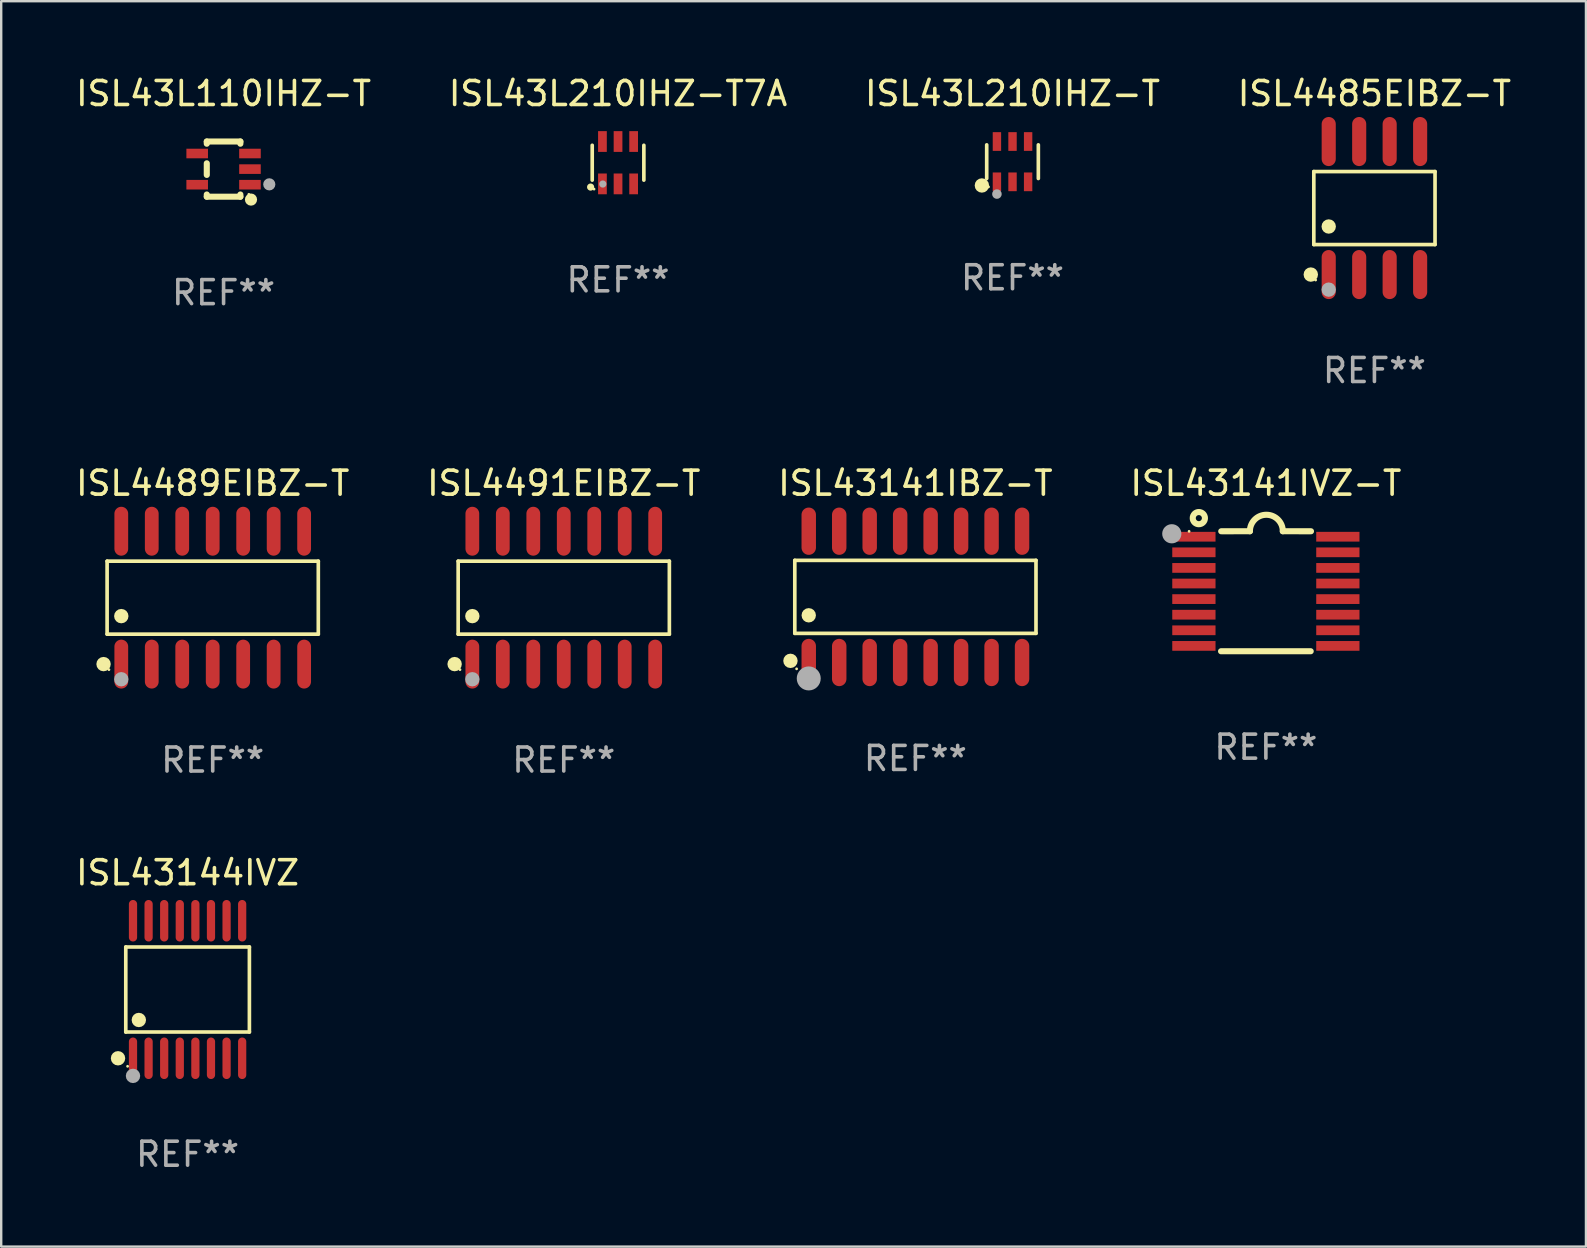
<source format=kicad_pcb>
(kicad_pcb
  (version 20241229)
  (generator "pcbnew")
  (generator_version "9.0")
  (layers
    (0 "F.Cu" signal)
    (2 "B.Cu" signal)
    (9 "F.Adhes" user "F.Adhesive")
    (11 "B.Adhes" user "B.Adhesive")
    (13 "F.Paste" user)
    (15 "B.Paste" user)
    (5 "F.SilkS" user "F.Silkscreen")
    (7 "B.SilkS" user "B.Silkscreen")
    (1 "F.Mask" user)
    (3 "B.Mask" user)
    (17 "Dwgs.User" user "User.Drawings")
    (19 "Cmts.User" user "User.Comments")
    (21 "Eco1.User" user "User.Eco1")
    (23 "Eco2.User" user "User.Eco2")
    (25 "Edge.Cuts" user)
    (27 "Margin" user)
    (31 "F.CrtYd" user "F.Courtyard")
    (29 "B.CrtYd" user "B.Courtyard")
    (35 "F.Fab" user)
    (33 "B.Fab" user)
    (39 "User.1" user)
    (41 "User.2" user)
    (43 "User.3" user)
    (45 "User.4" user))
  (footprint "ISL43144IVZ"
    (layer "F.Cu")
    (at 4.768 38.19)
    (property "Reference" "ISL43144IVZ" (at 0 -4.866 0) (layer "F.SilkS") (effects (font (size 1 1) (thickness 0.15))))
    (attr through_hole)
    (fp_line (start -2.576 -1.772) (end 2.576 -1.772) (stroke (width 0.152) (type solid)) (layer "F.SilkS"))
    (fp_line (start -2.576 1.771) (end -2.576 -1.772) (stroke (width 0.152) (type solid)) (layer "F.SilkS"))
    (fp_line (start 2.576 -1.772) (end 2.576 1.771) (stroke (width 0.152) (type solid)) (layer "F.SilkS"))
    (fp_line (start 2.576 1.771) (end -2.576 1.771) (stroke (width 0.152) (type solid)) (layer "F.SilkS"))
    (fp_circle (center -2.899 2.866) (end -2.749 2.866) (stroke (width 0.3) (type solid)) (fill no) (layer "F.SilkS"))
    (fp_circle (center -2.5 3.2) (end -2.47 3.2) (stroke (width 0.06) (type solid)) (fill no) (layer "F.SilkS"))
    (fp_circle (center -2.032 1.27) (end -1.882 1.27) (stroke (width 0.3) (type solid)) (fill no) (layer "F.SilkS"))
    (fp_circle (center -2.275 3.6) (end -2.125 3.6) (stroke (width 0.3) (type solid)) (fill no) (layer "F.Fab"))
    (fp_text user "REF**" (at 0 6.866 0) (layer "F.Fab") (effects (font (size 1 1) (thickness 0.15))))
    (pad "1" smd oval (at -2.275 2.866) (size 0.343 1.731) (layers "F.Cu" "F.Mask" "F.Paste"))
    (pad "2" smd oval (at -1.625 2.866) (size 0.343 1.731) (layers "F.Cu" "F.Mask" "F.Paste"))
    (pad "3" smd oval (at -0.975 2.866) (size 0.343 1.731) (layers "F.Cu" "F.Mask" "F.Paste"))
    (pad "4" smd oval (at -0.325 2.866) (size 0.343 1.731) (layers "F.Cu" "F.Mask" "F.Paste"))
    (pad "5" smd oval (at 0.325 2.866) (size 0.343 1.731) (layers "F.Cu" "F.Mask" "F.Paste"))
    (pad "6" smd oval (at 0.975 2.866) (size 0.343 1.731) (layers "F.Cu" "F.Mask" "F.Paste"))
    (pad "7" smd oval (at 1.625 2.866) (size 0.343 1.731) (layers "F.Cu" "F.Mask" "F.Paste"))
    (pad "8" smd oval (at 2.275 2.866) (size 0.343 1.731) (layers "F.Cu" "F.Mask" "F.Paste"))
    (pad "9" smd oval (at 2.275 -2.866) (size 0.343 1.731) (layers "F.Cu" "F.Mask" "F.Paste"))
    (pad "10" smd oval (at 1.625 -2.866) (size 0.343 1.731) (layers "F.Cu" "F.Mask" "F.Paste"))
    (pad "11" smd oval (at 0.975 -2.866) (size 0.343 1.731) (layers "F.Cu" "F.Mask" "F.Paste"))
    (pad "12" smd oval (at 0.325 -2.866) (size 0.343 1.731) (layers "F.Cu" "F.Mask" "F.Paste"))
    (pad "13" smd oval (at -0.325 -2.866) (size 0.343 1.731) (layers "F.Cu" "F.Mask" "F.Paste"))
    (pad "14" smd oval (at -0.975 -2.866) (size 0.343 1.731) (layers "F.Cu" "F.Mask" "F.Paste"))
    (pad "15" smd oval (at -1.625 -2.866) (size 0.343 1.731) (layers "F.Cu" "F.Mask" "F.Paste"))
    (pad "16" smd oval (at -2.275 -2.866) (size 0.343 1.731) (layers "F.Cu" "F.Mask" "F.Paste")))
  (footprint "ISL43L110IHZ-T"
    (layer "F.Cu")
    (at 6.268 3.998)
    (property "Reference" "ISL43L110IHZ-T" (at 0 -3.15 0) (layer "F.SilkS") (effects (font (size 1 1) (thickness 0.15))))
    (attr through_hole)
    (fp_line (start -0.7 -1.15) (end 0.7 -1.15) (stroke (width 0.254) (type solid)) (layer "F.SilkS"))
    (fp_line (start -0.7 -1.058) (end -0.7 -1.15) (stroke (width 0.254) (type solid)) (layer "F.SilkS"))
    (fp_line (start -0.7 0.242) (end -0.7 -0.242) (stroke (width 0.254) (type solid)) (layer "F.SilkS"))
    (fp_line (start -0.7 1.15) (end -0.7 1.058) (stroke (width 0.254) (type solid)) (layer "F.SilkS"))
    (fp_line (start -0.7 1.15) (end 0.7 1.15) (stroke (width 0.254) (type solid)) (layer "F.SilkS"))
    (fp_line (start 0.7 -1.058) (end 0.7 -1.15) (stroke (width 0.254) (type solid)) (layer "F.SilkS"))
    (fp_line (start 0.7 1.15) (end 0.7 1.058) (stroke (width 0.254) (type solid)) (layer "F.SilkS"))
    (fp_circle (center 1.053 1.052) (end 1.083 1.052) (stroke (width 0.06) (type solid)) (fill no) (layer "F.SilkS"))
    (fp_circle (center 1.143 1.27) (end 1.27 1.27) (stroke (width 0.254) (type solid)) (fill no) (layer "F.SilkS"))
    (fp_circle (center 1.905 0.635) (end 2.032 0.635) (stroke (width 0.254) (type solid)) (fill no) (layer "F.Fab"))
    (fp_text user "REF**" (at 0 5.15 0) (layer "F.Fab") (effects (font (size 1 1) (thickness 0.15))))
    (pad "1" smd rect (at 1.1 0.65 90) (size 0.4 0.9) (layers "F.Cu" "F.Mask" "F.Paste"))
    (pad "2" smd rect (at 1.1 0.000076 90) (size 0.4 0.9) (layers "F.Cu" "F.Mask" "F.Paste"))
    (pad "3" smd rect (at 1.1 -0.65 90) (size 0.4 0.9) (layers "F.Cu" "F.Mask" "F.Paste"))
    (pad "4" smd rect (at -1.1 -0.65 90) (size 0.4 0.9) (layers "F.Cu" "F.Mask" "F.Paste"))
    (pad "5" smd rect (at -1.1 0.65 90) (size 0.4 0.9) (layers "F.Cu" "F.Mask" "F.Paste")))
  (footprint "ISL4489EIBZ-T"
    (layer "F.Cu")
    (at 5.815 21.859)
    (property "Reference" "ISL4489EIBZ-T" (at 0 -4.769 0) (layer "F.SilkS") (effects (font (size 1 1) (thickness 0.15))))
    (attr through_hole)
    (fp_line (start -4.401 -1.521) (end 4.401 -1.521) (stroke (width 0.152) (type solid)) (layer "F.SilkS"))
    (fp_line (start -4.401 1.521) (end -4.401 -1.521) (stroke (width 0.152) (type solid)) (layer "F.SilkS"))
    (fp_line (start 4.401 -1.521) (end 4.401 1.521) (stroke (width 0.152) (type solid)) (layer "F.SilkS"))
    (fp_line (start 4.401 1.521) (end -4.401 1.521) (stroke (width 0.152) (type solid)) (layer "F.SilkS"))
    (fp_circle (center -4.549 2.769) (end -4.399 2.769) (stroke (width 0.3) (type solid)) (fill no) (layer "F.SilkS"))
    (fp_circle (center -4.325 3) (end -4.295 3) (stroke (width 0.06) (type solid)) (fill no) (layer "F.SilkS"))
    (fp_circle (center -3.81 0.769) (end -3.66 0.769) (stroke (width 0.3) (type solid)) (fill no) (layer "F.SilkS"))
    (fp_circle (center -3.81 3.4) (end -3.66 3.4) (stroke (width 0.3) (type solid)) (fill no) (layer "F.Fab"))
    (fp_text user "REF**" (at 0 6.769 0) (layer "F.Fab") (effects (font (size 1 1) (thickness 0.15))))
    (pad "1" smd oval (at -3.81 2.769) (size 0.574 2.038) (layers "F.Cu" "F.Mask" "F.Paste"))
    (pad "2" smd oval (at -2.54 2.769) (size 0.574 2.038) (layers "F.Cu" "F.Mask" "F.Paste"))
    (pad "3" smd oval (at -1.27 2.769) (size 0.574 2.038) (layers "F.Cu" "F.Mask" "F.Paste"))
    (pad "4" smd oval (at 0 2.769) (size 0.574 2.038) (layers "F.Cu" "F.Mask" "F.Paste"))
    (pad "5" smd oval (at 1.27 2.769) (size 0.574 2.038) (layers "F.Cu" "F.Mask" "F.Paste"))
    (pad "6" smd oval (at 2.54 2.769) (size 0.574 2.038) (layers "F.Cu" "F.Mask" "F.Paste"))
    (pad "7" smd oval (at 3.81 2.769) (size 0.574 2.038) (layers "F.Cu" "F.Mask" "F.Paste"))
    (pad "8" smd oval (at 3.81 -2.769) (size 0.574 2.038) (layers "F.Cu" "F.Mask" "F.Paste"))
    (pad "9" smd oval (at 2.54 -2.769) (size 0.574 2.038) (layers "F.Cu" "F.Mask" "F.Paste"))
    (pad "10" smd oval (at 1.27 -2.769) (size 0.574 2.038) (layers "F.Cu" "F.Mask" "F.Paste"))
    (pad "11" smd oval (at 0 -2.769) (size 0.574 2.038) (layers "F.Cu" "F.Mask" "F.Paste"))
    (pad "12" smd oval (at -1.27 -2.769) (size 0.574 2.038) (layers "F.Cu" "F.Mask" "F.Paste"))
    (pad "13" smd oval (at -2.54 -2.769) (size 0.574 2.038) (layers "F.Cu" "F.Mask" "F.Paste"))
    (pad "14" smd oval (at -3.81 -2.769) (size 0.574 2.038) (layers "F.Cu" "F.Mask" "F.Paste")))
  (footprint "ISL43141IVZ-T"
    (layer "F.Cu")
    (at 49.708 21.591)
    (property "Reference" "ISL43141IVZ-T" (at 0 -4.501 0) (layer "F.SilkS") (effects (font (size 1 1) (thickness 0.15))))
    (attr through_hole)
    (fp_line (start -1.868 2.501) (end 1.868 2.501) (stroke (width 0.254) (type solid)) (layer "F.SilkS"))
    (fp_line (start -1.86 -2.499) (end -0.666 -2.501) (stroke (width 0.254) (type solid)) (layer "F.SilkS"))
    (fp_line (start 0.706 -2.501) (end 1.88 -2.499) (stroke (width 0.254) (type solid)) (layer "F.SilkS"))
    (fp_arc (start -0.665914 -2.501448) (mid 0.019888 -3.18725) (end 0.70569 -2.501448) (stroke (width 0.254001) (type solid)) (layer "F.SilkS"))
    (fp_circle (center -3.2 -2.497) (end -3.17 -2.497) (stroke (width 0.06) (type solid)) (fill no) (layer "F.SilkS"))
    (fp_circle (center -2.794 -3.047) (end -2.54 -3.047) (stroke (width 0.254) (type solid)) (fill no) (layer "F.SilkS"))
    (fp_circle (center -3.921 -2.395) (end -3.721 -2.395) (stroke (width 0.4) (type solid)) (fill no) (layer "F.Fab"))
    (fp_text user "REF**" (at 0 6.501 0) (layer "F.Fab") (effects (font (size 1 1) (thickness 0.15))))
    (pad "1" smd rect (at -3 -2.272) (size 1.803 0.406) (layers "F.Cu" "F.Mask" "F.Paste"))
    (pad "2" smd rect (at -3 -1.622) (size 1.803 0.406) (layers "F.Cu" "F.Mask" "F.Paste"))
    (pad "3" smd rect (at -3 -0.972) (size 1.803 0.406) (layers "F.Cu" "F.Mask" "F.Paste"))
    (pad "4" smd rect (at -3 -0.322) (size 1.803 0.406) (layers "F.Cu" "F.Mask" "F.Paste"))
    (pad "5" smd rect (at -3 0.328) (size 1.803 0.406) (layers "F.Cu" "F.Mask" "F.Paste"))
    (pad "6" smd rect (at -3 0.978) (size 1.803 0.406) (layers "F.Cu" "F.Mask" "F.Paste"))
    (pad "7" smd rect (at -3 1.628) (size 1.803 0.406) (layers "F.Cu" "F.Mask" "F.Paste"))
    (pad "8" smd rect (at -3 2.278) (size 1.803 0.406) (layers "F.Cu" "F.Mask" "F.Paste"))
    (pad "9" smd rect (at 3 2.278) (size 1.803 0.406) (layers "F.Cu" "F.Mask" "F.Paste"))
    (pad "10" smd rect (at 3 1.628) (size 1.803 0.406) (layers "F.Cu" "F.Mask" "F.Paste"))
    (pad "11" smd rect (at 3 0.978) (size 1.803 0.406) (layers "F.Cu" "F.Mask" "F.Paste"))
    (pad "12" smd rect (at 3 0.328) (size 1.803 0.406) (layers "F.Cu" "F.Mask" "F.Paste"))
    (pad "13" smd rect (at 3 -0.322) (size 1.803 0.406) (layers "F.Cu" "F.Mask" "F.Paste"))
    (pad "14" smd rect (at 3 -0.972) (size 1.803 0.406) (layers "F.Cu" "F.Mask" "F.Paste"))
    (pad "15" smd rect (at 3 -1.622) (size 1.803 0.406) (layers "F.Cu" "F.Mask" "F.Paste"))
    (pad "16" smd rect (at 3 -2.272) (size 1.803 0.406) (layers "F.Cu" "F.Mask" "F.Paste")))
  (footprint "ISL43L210IHZ-T7A"
    (layer "F.Cu")
    (at 22.708 3.731)
    (property "Reference" "ISL43L210IHZ-T7A" (at 0 -2.883 0) (layer "F.SilkS") (effects (font (size 1 1) (thickness 0.15))))
    (attr through_hole)
    (fp_line (start -1.076 0.726) (end -1.076 -0.726) (stroke (width 0.152) (type solid)) (layer "F.SilkS"))
    (fp_line (start 1.076 0.726) (end 1.076 -0.726) (stroke (width 0.152) (type solid)) (layer "F.SilkS"))
    (fp_circle (center -1.143 1.016) (end -1.068 1.016) (stroke (width 0.15) (type solid)) (fill no) (layer "F.SilkS"))
    (fp_circle (center -1 1.1) (end -0.97 1.1) (stroke (width 0.06) (type solid)) (fill no) (layer "F.SilkS"))
    (fp_circle (center -0.635 0.889) (end -0.56 0.889) (stroke (width 0.15) (type solid)) (fill no) (layer "F.Fab"))
    (fp_text user "REF**" (at 0 4.883 0) (layer "F.Fab") (effects (font (size 1 1) (thickness 0.15))))
    (pad "1" smd rect (at -0.65 0.883) (size 0.364 0.866) (layers "F.Cu" "F.Mask" "F.Paste"))
    (pad "2" smd rect (at 0 0.883) (size 0.364 0.866) (layers "F.Cu" "F.Mask" "F.Paste"))
    (pad "3" smd rect (at 0.65 0.883) (size 0.364 0.866) (layers "F.Cu" "F.Mask" "F.Paste"))
    (pad "4" smd rect (at 0.65 -0.883) (size 0.364 0.866) (layers "F.Cu" "F.Mask" "F.Paste"))
    (pad "5" smd rect (at 0 -0.883) (size 0.364 0.866) (layers "F.Cu" "F.Mask" "F.Paste"))
    (pad "6" smd rect (at -0.65 -0.883) (size 0.364 0.866) (layers "F.Cu" "F.Mask" "F.Paste")))
  (footprint "ISL4491EIBZ-T"
    (layer "F.Cu")
    (at 20.446 21.859)
    (property "Reference" "ISL4491EIBZ-T" (at 0 -4.769 0) (layer "F.SilkS") (effects (font (size 1 1) (thickness 0.15))))
    (attr through_hole)
    (fp_line (start -4.401 -1.521) (end 4.401 -1.521) (stroke (width 0.152) (type solid)) (layer "F.SilkS"))
    (fp_line (start -4.401 1.521) (end -4.401 -1.521) (stroke (width 0.152) (type solid)) (layer "F.SilkS"))
    (fp_line (start 4.401 -1.521) (end 4.401 1.521) (stroke (width 0.152) (type solid)) (layer "F.SilkS"))
    (fp_line (start 4.401 1.521) (end -4.401 1.521) (stroke (width 0.152) (type solid)) (layer "F.SilkS"))
    (fp_circle (center -4.549 2.769) (end -4.399 2.769) (stroke (width 0.3) (type solid)) (fill no) (layer "F.SilkS"))
    (fp_circle (center -4.325 3) (end -4.295 3) (stroke (width 0.06) (type solid)) (fill no) (layer "F.SilkS"))
    (fp_circle (center -3.81 0.769) (end -3.66 0.769) (stroke (width 0.3) (type solid)) (fill no) (layer "F.SilkS"))
    (fp_circle (center -3.81 3.4) (end -3.66 3.4) (stroke (width 0.3) (type solid)) (fill no) (layer "F.Fab"))
    (fp_text user "REF**" (at 0 6.769 0) (layer "F.Fab") (effects (font (size 1 1) (thickness 0.15))))
    (pad "1" smd oval (at -3.81 2.769) (size 0.574 2.038) (layers "F.Cu" "F.Mask" "F.Paste"))
    (pad "2" smd oval (at -2.54 2.769) (size 0.574 2.038) (layers "F.Cu" "F.Mask" "F.Paste"))
    (pad "3" smd oval (at -1.27 2.769) (size 0.574 2.038) (layers "F.Cu" "F.Mask" "F.Paste"))
    (pad "4" smd oval (at 0 2.769) (size 0.574 2.038) (layers "F.Cu" "F.Mask" "F.Paste"))
    (pad "5" smd oval (at 1.27 2.769) (size 0.574 2.038) (layers "F.Cu" "F.Mask" "F.Paste"))
    (pad "6" smd oval (at 2.54 2.769) (size 0.574 2.038) (layers "F.Cu" "F.Mask" "F.Paste"))
    (pad "7" smd oval (at 3.81 2.769) (size 0.574 2.038) (layers "F.Cu" "F.Mask" "F.Paste"))
    (pad "8" smd oval (at 3.81 -2.769) (size 0.574 2.038) (layers "F.Cu" "F.Mask" "F.Paste"))
    (pad "9" smd oval (at 2.54 -2.769) (size 0.574 2.038) (layers "F.Cu" "F.Mask" "F.Paste"))
    (pad "10" smd oval (at 1.27 -2.769) (size 0.574 2.038) (layers "F.Cu" "F.Mask" "F.Paste"))
    (pad "11" smd oval (at 0 -2.769) (size 0.574 2.038) (layers "F.Cu" "F.Mask" "F.Paste"))
    (pad "12" smd oval (at -1.27 -2.769) (size 0.574 2.038) (layers "F.Cu" "F.Mask" "F.Paste"))
    (pad "13" smd oval (at -2.54 -2.769) (size 0.574 2.038) (layers "F.Cu" "F.Mask" "F.Paste"))
    (pad "14" smd oval (at -3.81 -2.769) (size 0.574 2.038) (layers "F.Cu" "F.Mask" "F.Paste")))
  (footprint "ISL43141IBZ-T"
    (layer "F.Cu")
    (at 35.101 21.825)
    (property "Reference" "ISL43141IBZ-T" (at 0 -4.736 0) (layer "F.SilkS") (effects (font (size 1 1) (thickness 0.15))))
    (attr through_hole)
    (fp_line (start -5.026 -1.521) (end 5.026 -1.521) (stroke (width 0.152) (type solid)) (layer "F.SilkS"))
    (fp_line (start -5.026 1.521) (end -5.026 -1.521) (stroke (width 0.152) (type solid)) (layer "F.SilkS"))
    (fp_line (start 5.026 -1.521) (end 5.026 1.521) (stroke (width 0.152) (type solid)) (layer "F.SilkS"))
    (fp_line (start 5.026 1.521) (end -5.026 1.521) (stroke (width 0.152) (type solid)) (layer "F.SilkS"))
    (fp_circle (center -5.207 2.667) (end -5.057 2.667) (stroke (width 0.3) (type solid)) (fill no) (layer "F.SilkS"))
    (fp_circle (center -4.95 3) (end -4.92 3) (stroke (width 0.06) (type solid)) (fill no) (layer "F.SilkS"))
    (fp_circle (center -4.445 0.769) (end -4.295 0.769) (stroke (width 0.3) (type solid)) (fill no) (layer "F.SilkS"))
    (fp_circle (center -4.445 3.4) (end -4.195 3.4) (stroke (width 0.5) (type solid)) (fill no) (layer "F.Fab"))
    (fp_text user "REF**" (at 0 6.736 0) (layer "F.Fab") (effects (font (size 1 1) (thickness 0.15))))
    (pad "1" smd oval (at -4.445 2.736) (size 0.602 1.971) (layers "F.Cu" "F.Mask" "F.Paste"))
    (pad "2" smd oval (at -3.175 2.736) (size 0.602 1.971) (layers "F.Cu" "F.Mask" "F.Paste"))
    (pad "3" smd oval (at -1.905 2.736) (size 0.602 1.971) (layers "F.Cu" "F.Mask" "F.Paste"))
    (pad "4" smd oval (at -0.635 2.736) (size 0.602 1.971) (layers "F.Cu" "F.Mask" "F.Paste"))
    (pad "5" smd oval (at 0.635 2.736) (size 0.602 1.971) (layers "F.Cu" "F.Mask" "F.Paste"))
    (pad "6" smd oval (at 1.905 2.736) (size 0.602 1.971) (layers "F.Cu" "F.Mask" "F.Paste"))
    (pad "7" smd oval (at 3.175 2.736) (size 0.602 1.971) (layers "F.Cu" "F.Mask" "F.Paste"))
    (pad "8" smd oval (at 4.445 2.736) (size 0.602 1.971) (layers "F.Cu" "F.Mask" "F.Paste"))
    (pad "9" smd oval (at 4.445 -2.736) (size 0.602 1.971) (layers "F.Cu" "F.Mask" "F.Paste"))
    (pad "10" smd oval (at 3.175 -2.736) (size 0.602 1.971) (layers "F.Cu" "F.Mask" "F.Paste"))
    (pad "11" smd oval (at 1.905 -2.736) (size 0.602 1.971) (layers "F.Cu" "F.Mask" "F.Paste"))
    (pad "12" smd oval (at 0.635 -2.736) (size 0.602 1.971) (layers "F.Cu" "F.Mask" "F.Paste"))
    (pad "13" smd oval (at -0.635 -2.736) (size 0.602 1.971) (layers "F.Cu" "F.Mask" "F.Paste"))
    (pad "14" smd oval (at -1.905 -2.736) (size 0.602 1.971) (layers "F.Cu" "F.Mask" "F.Paste"))
    (pad "15" smd oval (at -3.175 -2.736) (size 0.602 1.971) (layers "F.Cu" "F.Mask" "F.Paste"))
    (pad "16" smd oval (at -4.445 -2.736) (size 0.602 1.971) (layers "F.Cu" "F.Mask" "F.Paste")))
  (footprint "ISL4485EIBZ-T"
    (layer "F.Cu")
    (at 54.232 5.621)
    (property "Reference" "ISL4485EIBZ-T" (at 0 -4.772 0) (layer "F.SilkS") (effects (font (size 1 1) (thickness 0.15))))
    (attr through_hole)
    (fp_line (start -2.526 -1.521) (end 2.526 -1.521) (stroke (width 0.152) (type solid)) (layer "F.SilkS"))
    (fp_line (start -2.526 1.521) (end -2.526 -1.521) (stroke (width 0.152) (type solid)) (layer "F.SilkS"))
    (fp_line (start 2.526 -1.521) (end 2.526 1.521) (stroke (width 0.152) (type solid)) (layer "F.SilkS"))
    (fp_line (start 2.526 1.521) (end -2.526 1.521) (stroke (width 0.152) (type solid)) (layer "F.SilkS"))
    (fp_circle (center -2.652 2.772) (end -2.501 2.772) (stroke (width 0.3) (type solid)) (fill no) (layer "F.SilkS"))
    (fp_circle (center -2.45 3) (end -2.42 3) (stroke (width 0.06) (type solid)) (fill no) (layer "F.SilkS"))
    (fp_circle (center -1.905 0.769) (end -1.755 0.769) (stroke (width 0.3) (type solid)) (fill no) (layer "F.SilkS"))
    (fp_circle (center -1.905 3.4) (end -1.755 3.4) (stroke (width 0.3) (type solid)) (fill no) (layer "F.Fab"))
    (fp_text user "REF**" (at 0 6.772 0) (layer "F.Fab") (effects (font (size 1 1) (thickness 0.15))))
    (pad "1" smd oval (at -1.905 2.772) (size 0.588 2.045) (layers "F.Cu" "F.Mask" "F.Paste"))
    (pad "2" smd oval (at -0.635 2.772) (size 0.588 2.045) (layers "F.Cu" "F.Mask" "F.Paste"))
    (pad "3" smd oval (at 0.635 2.772) (size 0.588 2.045) (layers "F.Cu" "F.Mask" "F.Paste"))
    (pad "4" smd oval (at 1.905 2.772) (size 0.588 2.045) (layers "F.Cu" "F.Mask" "F.Paste"))
    (pad "5" smd oval (at 1.905 -2.772) (size 0.588 2.045) (layers "F.Cu" "F.Mask" "F.Paste"))
    (pad "6" smd oval (at 0.635 -2.772) (size 0.588 2.045) (layers "F.Cu" "F.Mask" "F.Paste"))
    (pad "7" smd oval (at -0.635 -2.772) (size 0.588 2.045) (layers "F.Cu" "F.Mask" "F.Paste"))
    (pad "8" smd oval (at -1.905 -2.772) (size 0.588 2.045) (layers "F.Cu" "F.Mask" "F.Paste")))
  (footprint "ISL43L210IHZ-T"
    (layer "F.Cu")
    (at 39.149 3.688)
    (property "Reference" "ISL43L210IHZ-T" (at 0 -2.84 0) (layer "F.SilkS") (effects (font (size 1 1) (thickness 0.15))))
    (attr through_hole)
    (fp_line (start -1.076 0.701) (end -1.076 -0.701) (stroke (width 0.152) (type solid)) (layer "F.SilkS"))
    (fp_line (start 1.076 0.701) (end 1.076 -0.701) (stroke (width 0.152) (type solid)) (layer "F.SilkS"))
    (fp_circle (center -1.277 0.992) (end -1.127 0.992) (stroke (width 0.3) (type solid)) (fill no) (layer "F.SilkS"))
    (fp_circle (center -1 1.05) (end -0.97 1.05) (stroke (width 0.06) (type solid)) (fill no) (layer "F.SilkS"))
    (fp_circle (center -0.65 1.35) (end -0.55 1.35) (stroke (width 0.2) (type solid)) (fill no) (layer "F.Fab"))
    (fp_text user "REF**" (at 0 4.84 0) (layer "F.Fab") (effects (font (size 1 1) (thickness 0.15))))
    (pad "1" smd rect (at -0.65 0.84) (size 0.35 0.78) (layers "F.Cu" "F.Mask" "F.Paste"))
    (pad "2" smd rect (at 0 0.84) (size 0.35 0.78) (layers "F.Cu" "F.Mask" "F.Paste"))
    (pad "3" smd rect (at 0.65 0.84) (size 0.35 0.78) (layers "F.Cu" "F.Mask" "F.Paste"))
    (pad "4" smd rect (at 0.65 -0.84) (size 0.35 0.78) (layers "F.Cu" "F.Mask" "F.Paste"))
    (pad "5" smd rect (at 0 -0.84) (size 0.35 0.78) (layers "F.Cu" "F.Mask" "F.Paste"))
    (pad "6" smd rect (at -0.65 -0.84) (size 0.35 0.78) (layers "F.Cu" "F.Mask" "F.Paste")))
  (gr_rect
    (start -3 -3)
    (end 63.048 48.904)
    (stroke (width 0.1) (type default))
    (fill no)
    (layer "Edge.Cuts")))
</source>
